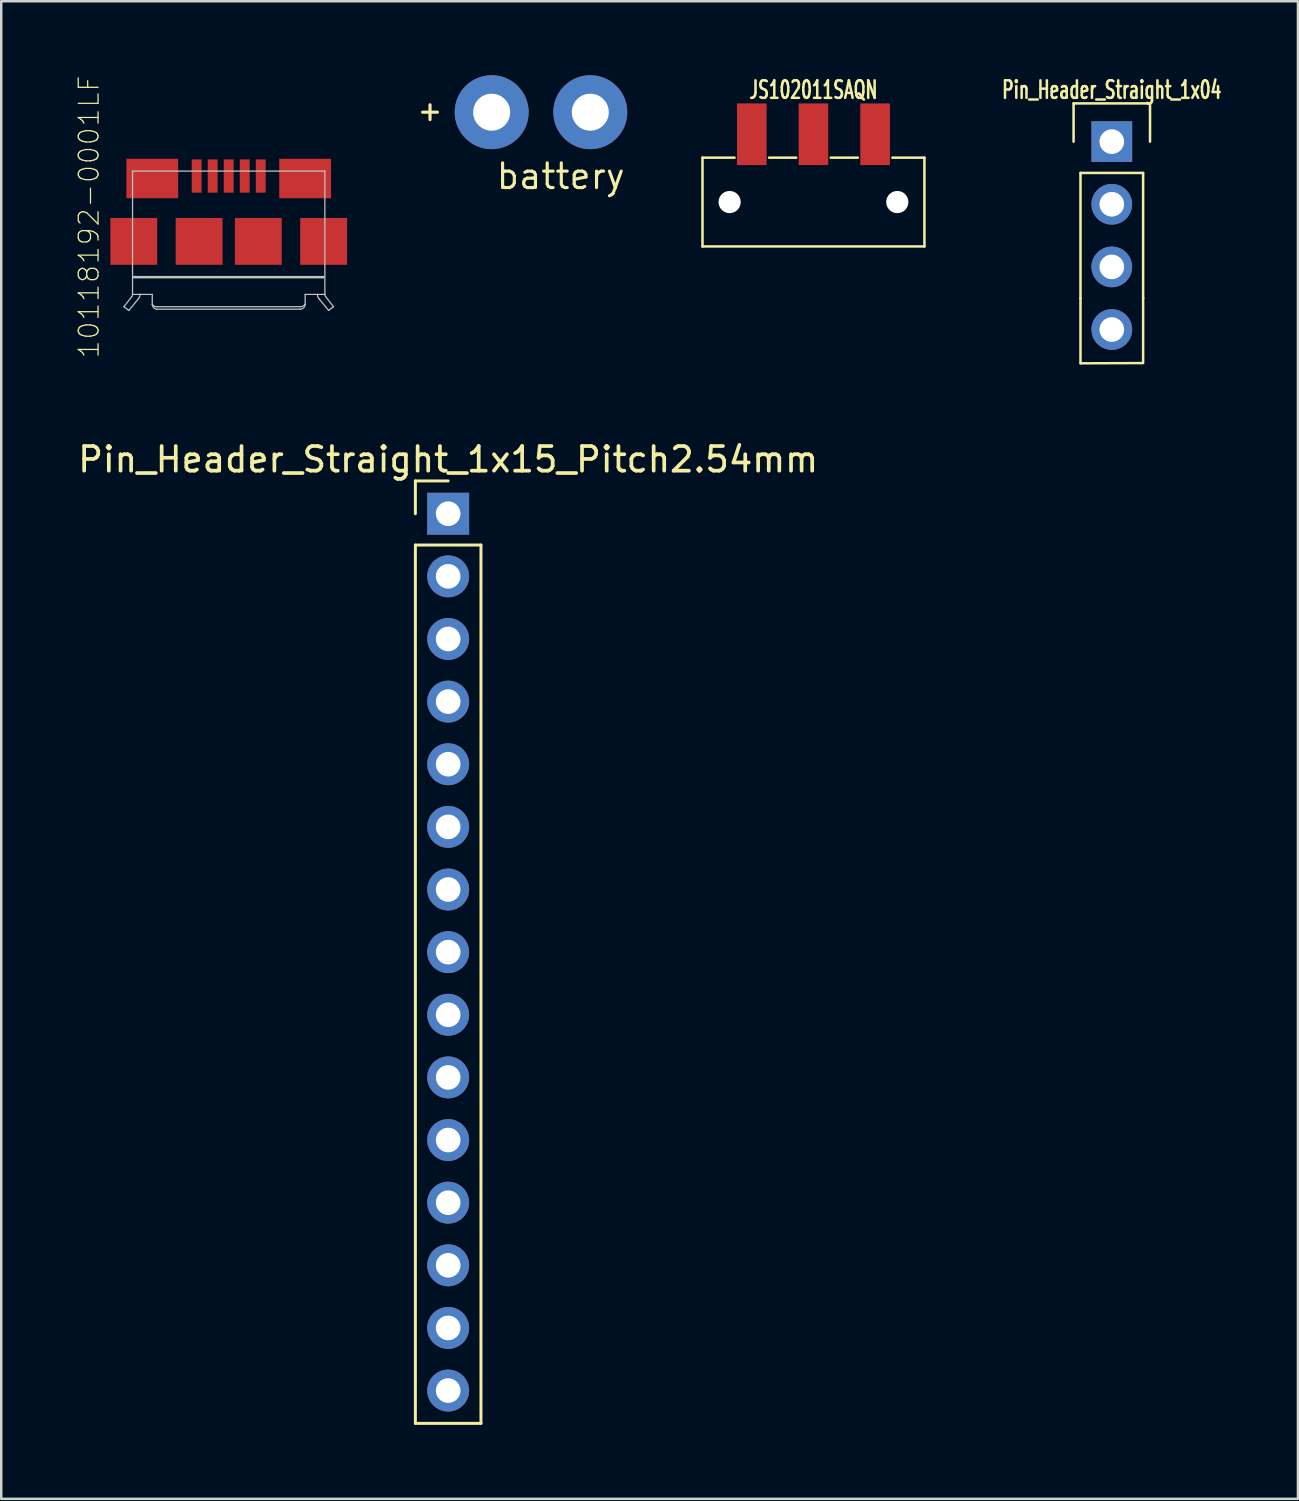
<source format=kicad_pcb>
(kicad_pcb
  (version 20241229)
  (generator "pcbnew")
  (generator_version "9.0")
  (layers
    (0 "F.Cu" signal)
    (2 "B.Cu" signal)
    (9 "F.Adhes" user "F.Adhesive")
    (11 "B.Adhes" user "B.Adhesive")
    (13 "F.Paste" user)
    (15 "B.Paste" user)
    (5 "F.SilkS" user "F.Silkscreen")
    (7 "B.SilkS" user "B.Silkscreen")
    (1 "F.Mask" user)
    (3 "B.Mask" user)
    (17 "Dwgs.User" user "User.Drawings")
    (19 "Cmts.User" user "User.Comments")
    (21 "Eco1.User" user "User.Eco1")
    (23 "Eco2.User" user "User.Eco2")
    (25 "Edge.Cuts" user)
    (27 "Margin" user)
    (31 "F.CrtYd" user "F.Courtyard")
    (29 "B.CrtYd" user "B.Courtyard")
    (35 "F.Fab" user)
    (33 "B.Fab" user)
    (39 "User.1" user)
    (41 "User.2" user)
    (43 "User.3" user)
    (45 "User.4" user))
  (footprint "JS102011SAQN"
    (layer "F.Cu")
    (at 29.939 2.394)
    (property "Reference" "JS102011SAQN" (at 0 -1.8 0) (layer "F.SilkS") (effects (font (size 0.711 0.457) (thickness 0.102))))
    (attr through_hole)
    (fp_line (start -4.5 0.95) (end -4.5 4.55) (stroke (width 0.102) (type solid)) (layer "F.SilkS"))
    (fp_line (start -4.5 4.55) (end 4.5 4.55) (stroke (width 0.102) (type solid)) (layer "F.SilkS"))
    (fp_line (start -3.2 0.95) (end -4.5 0.95) (stroke (width 0.102) (type solid)) (layer "F.SilkS"))
    (fp_line (start -0.7 0.95) (end -1.8 0.95) (stroke (width 0.102) (type solid)) (layer "F.SilkS"))
    (fp_line (start 1.8 0.95) (end 0.7 0.95) (stroke (width 0.102) (type solid)) (layer "F.SilkS"))
    (fp_line (start 4.5 0.95) (end 3.2 0.95) (stroke (width 0.102) (type solid)) (layer "F.SilkS"))
    (fp_line (start 4.5 4.55) (end 4.5 0.95) (stroke (width 0.102) (type solid)) (layer "F.SilkS"))
    (pad "" np_thru_hole circle (at -3.4 2.75) (size 0.9 0.9) (drill 0.9) (layers "*.Cu" "*.Mask"))
    (pad "" np_thru_hole circle (at 3.4 2.75) (size 0.9 0.9) (drill 0.9) (layers "*.Cu" "*.Mask"))
    (pad "1" smd rect (at -2.5 0) (size 1.2 2.5) (layers "F.Cu" "F.Mask" "F.Paste"))
    (pad "2" smd rect (at 0 0) (size 1.2 2.5) (layers "F.Cu" "F.Mask" "F.Paste"))
    (pad "3" smd rect (at 2.5 0) (size 1.2 2.5) (layers "F.Cu" "F.Mask" "F.Paste")))
  (footprint "Pin_Header_Straight_1x04"
    (layer "F.Cu")
    (at 42.038 2.694)
    (property "Reference" "Pin_Header_Straight_1x04" (at 0 -2.1 0) (layer "F.SilkS") (effects (font (size 0.711 0.457) (thickness 0.102))))
    (attr through_hole)
    (fp_line (start -1.55 -1.55) (end 1.55 -1.55) (stroke (width 0.102) (type solid)) (layer "F.SilkS"))
    (fp_line (start -1.55 0) (end -1.55 -1.55) (stroke (width 0.102) (type solid)) (layer "F.SilkS"))
    (fp_line (start -1.27 1.27) (end -1.27 6.35) (stroke (width 0.102) (type solid)) (layer "F.SilkS"))
    (fp_line (start -1.27 6.35) (end -1.27 8.99) (stroke (width 0.1) (type solid)) (layer "F.SilkS"))
    (fp_line (start -1.27 8.99) (end 1.24 8.98) (stroke (width 0.1) (type solid)) (layer "F.SilkS"))
    (fp_line (start 1.27 1.27) (end -1.27 1.27) (stroke (width 0.102) (type solid)) (layer "F.SilkS"))
    (fp_line (start 1.27 6.35) (end 1.27 1.27) (stroke (width 0.102) (type solid)) (layer "F.SilkS"))
    (fp_line (start 1.27 8.98) (end 1.27 6.33) (stroke (width 0.1) (type solid)) (layer "F.SilkS"))
    (fp_line (start 1.55 -1.55) (end 1.55 0) (stroke (width 0.102) (type solid)) (layer "F.SilkS"))
    (pad "1" thru_hole rect (at 0 0) (size 1.651 1.651) (drill 1) (layers "*.Cu" "*.Mask"))
    (pad "2" thru_hole oval (at 0 2.54) (size 1.651 1.651) (drill 1) (layers "*.Cu" "*.Mask"))
    (pad "3" thru_hole oval (at 0 5.08) (size 1.651 1.651) (drill 1) (layers "*.Cu" "*.Mask"))
    (pad "4" thru_hole oval (at 0 7.62) (size 1.651 1.651) (drill 1) (layers "*.Cu" "*.Mask")))
  (footprint "Pin_Header_Straight_1x15_Pitch2.54mm"
    (layer "F.Cu")
    (at 15.125 17.783)
    (property "Reference" "Pin_Header_Straight_1x15_Pitch2.54mm" (at 0 -2.2 0) (layer "F.SilkS") (effects (font (size 1 1) (thickness 0.15))))
    (attr through_hole)
    (fp_line (start -1.33 -1.33) (end 0 -1.33) (stroke (width 0.12) (type solid)) (layer "F.SilkS"))
    (fp_line (start -1.33 0) (end -1.33 -1.33) (stroke (width 0.12) (type solid)) (layer "F.SilkS"))
    (fp_line (start -1.33 1.27) (end -1.33 36.89) (stroke (width 0.12) (type solid)) (layer "F.SilkS"))
    (fp_line (start -1.33 36.89) (end 1.33 36.89) (stroke (width 0.12) (type solid)) (layer "F.SilkS"))
    (fp_line (start 1.33 1.27) (end -1.33 1.27) (stroke (width 0.12) (type solid)) (layer "F.SilkS"))
    (fp_line (start 1.33 36.89) (end 1.33 1.27) (stroke (width 0.12) (type solid)) (layer "F.SilkS"))
    (pad "1" thru_hole rect (at 0 0) (size 1.7 1.7) (drill 1) (layers "*.Cu" "*.Mask"))
    (pad "2" thru_hole oval (at 0 2.54) (size 1.7 1.7) (drill 1) (layers "*.Cu" "*.Mask"))
    (pad "3" thru_hole oval (at 0 5.08) (size 1.7 1.7) (drill 1) (layers "*.Cu" "*.Mask"))
    (pad "4" thru_hole oval (at 0 7.62) (size 1.7 1.7) (drill 1) (layers "*.Cu" "*.Mask"))
    (pad "5" thru_hole oval (at 0 10.16) (size 1.7 1.7) (drill 1) (layers "*.Cu" "*.Mask"))
    (pad "6" thru_hole oval (at 0 12.7) (size 1.7 1.7) (drill 1) (layers "*.Cu" "*.Mask"))
    (pad "7" thru_hole oval (at 0 15.24) (size 1.7 1.7) (drill 1) (layers "*.Cu" "*.Mask"))
    (pad "8" thru_hole oval (at 0 17.78) (size 1.7 1.7) (drill 1) (layers "*.Cu" "*.Mask"))
    (pad "9" thru_hole oval (at 0 20.32) (size 1.7 1.7) (drill 1) (layers "*.Cu" "*.Mask"))
    (pad "10" thru_hole oval (at 0 22.86) (size 1.7 1.7) (drill 1) (layers "*.Cu" "*.Mask"))
    (pad "11" thru_hole oval (at 0 25.4) (size 1.7 1.7) (drill 1) (layers "*.Cu" "*.Mask"))
    (pad "12" thru_hole oval (at 0 27.94) (size 1.7 1.7) (drill 1) (layers "*.Cu" "*.Mask"))
    (pad "13" thru_hole oval (at 0 30.48) (size 1.7 1.7) (drill 1) (layers "*.Cu" "*.Mask"))
    (pad "14" thru_hole oval (at 0 33.02) (size 1.7 1.7) (drill 1) (layers "*.Cu" "*.Mask"))
    (pad "15" thru_hole oval (at 0 35.56) (size 1.7 1.7) (drill 1) (layers "*.Cu" "*.Mask")))
  (footprint "10118192-0001LF"
    (layer "F.Cu")
    (at 6.225 8.189)
    (property "Reference" "10118192-0001LF" (at -5.668 -2.441 90) (layer "F.SilkS") (effects (font (size 0.803 0.803) (thickness 0.05))))
    (attr smd)
    (fp_line (start -4.25 1.2) (end -4.05 1.35) (stroke (width 0.051) (type solid)) (layer "Dwgs.User"))
    (fp_line (start -4.25 1.2) (end -3.931 0.789) (stroke (width 0.051) (type solid)) (layer "Dwgs.User"))
    (fp_line (start -4.05 1.35) (end -3.657 0.87) (stroke (width 0.051) (type solid)) (layer "Dwgs.User"))
    (fp_line (start -3.9 -4.3) (end 3.9 -4.3) (stroke (width 0.051) (type solid)) (layer "Dwgs.User"))
    (fp_line (start -3.9 0.7) (end -3.9 -4.3) (stroke (width 0.051) (type solid)) (layer "Dwgs.User"))
    (fp_line (start -3.6 0.7) (end -3.9 0.7) (stroke (width 0.051) (type solid)) (layer "Dwgs.User"))
    (fp_line (start -3.6 0.709) (end -3.6 0.7) (stroke (width 0.051) (type solid)) (layer "Dwgs.User"))
    (fp_line (start -3.1 0.7) (end -3.6 0.7) (stroke (width 0.051) (type solid)) (layer "Dwgs.User"))
    (fp_line (start -3.1 1.1) (end -3.1 0.7) (stroke (width 0.051) (type solid)) (layer "Dwgs.User"))
    (fp_line (start 2.9 1.2) (end -2.9 1.2) (stroke (width 0.051) (type solid)) (layer "Dwgs.User"))
    (fp_line (start 2.9 1.3) (end -2.9 1.3) (stroke (width 0.051) (type solid)) (layer "Dwgs.User"))
    (fp_line (start 3.1 0.7) (end 3.1 1.1) (stroke (width 0.051) (type solid)) (layer "Dwgs.User"))
    (fp_line (start 3.6 0.709) (end 3.6 0.7) (stroke (width 0.051) (type solid)) (layer "Dwgs.User"))
    (fp_line (start 3.85 0) (end -3.85 0) (stroke (width 0.1) (type solid)) (layer "Dwgs.User"))
    (fp_line (start 3.9 -4.3) (end 3.9 0.7) (stroke (width 0.051) (type solid)) (layer "Dwgs.User"))
    (fp_line (start 3.9 0.7) (end 3.1 0.7) (stroke (width 0.051) (type solid)) (layer "Dwgs.User"))
    (fp_line (start 4.05 1.35) (end 3.657 0.87) (stroke (width 0.051) (type solid)) (layer "Dwgs.User"))
    (fp_line (start 4.25 1.2) (end 3.931 0.789) (stroke (width 0.051) (type solid)) (layer "Dwgs.User"))
    (fp_line (start 4.25 1.2) (end 4.05 1.35) (stroke (width 0.051) (type solid)) (layer "Dwgs.User"))
    (fp_arc (start -3.9 0.7) (mid -3.907843 0.747197) (end -3.930551 0.789309) (stroke (width 0.0508) (type solid)) (layer "Dwgs.User"))
    (fp_arc (start -3.6 0.7093) (mid -3.614766 0.794718) (end -3.657396 0.870196) (stroke (width 0.0508) (type solid)) (layer "Dwgs.User"))
    (fp_arc (start -2.90028 1.200035) (mid -3.015265 1.180215) (end -3.1 1.1) (stroke (width 0.0508) (type solid)) (layer "Dwgs.User"))
    (fp_arc (start -2.9 1.3) (mid -3.041421 1.241421) (end -3.1 1.1) (stroke (width 0.0508) (type solid)) (layer "Dwgs.User"))
    (fp_arc (start 3.099921 1.100105) (mid 3.011745 1.173636) (end 2.9 1.2) (stroke (width 0.0508) (type solid)) (layer "Dwgs.User"))
    (fp_arc (start 3.1 1.1) (mid 3.041421 1.241421) (end 2.9 1.3) (stroke (width 0.0508) (type solid)) (layer "Dwgs.User"))
    (fp_arc (start 3.657396 0.870196) (mid 3.614766 0.794718) (end 3.6 0.7093) (stroke (width 0.0508) (type solid)) (layer "Dwgs.User"))
    (fp_arc (start 3.930665 0.789455) (mid 3.907868 0.747286) (end 3.9 0.7) (stroke (width 0.0508) (type solid)) (layer "Dwgs.User"))
    (pad "1" smd rect (at -1.3 -4.1 90) (size 1.35 0.4) (layers "F.Cu" "F.Mask" "F.Paste"))
    (pad "2" smd rect (at -0.65 -4.1 90) (size 1.35 0.4) (layers "F.Cu" "F.Mask" "F.Paste"))
    (pad "3" smd rect (at 0 -4.1 90) (size 1.35 0.4) (layers "F.Cu" "F.Mask" "F.Paste"))
    (pad "4" smd rect (at 0.65 -4.1 90) (size 1.35 0.4) (layers "F.Cu" "F.Mask" "F.Paste"))
    (pad "5" smd rect (at 1.3 -4.1 90) (size 1.35 0.4) (layers "F.Cu" "F.Mask" "F.Paste"))
    (pad "M1" smd rect (at -1.2 -1.45) (size 1.9 1.9) (layers "F.Cu" "F.Mask" "F.Paste"))
    (pad "M2" smd rect (at 1.2 -1.45) (size 1.9 1.9) (layers "F.Cu" "F.Mask" "F.Paste"))
    (pad "S1" smd rect (at -3.85 -1.45) (size 1.9 1.9) (layers "F.Cu" "F.Mask" "F.Paste"))
    (pad "S2" smd rect (at 3.85 -1.45) (size 1.9 1.9) (layers "F.Cu" "F.Mask" "F.Paste"))
    (pad "S3" smd rect (at -3.1 -4) (size 2.1 1.6) (layers "F.Cu" "F.Mask" "F.Paste"))
    (pad "S4" smd rect (at 3.1 -4) (size 2.1 1.6) (layers "F.Cu" "F.Mask" "F.Paste")))
  (footprint "battery"
    (layer "F.Cu")
    (at 16.889 1.5)
    (property "Reference" "battery" (at 2.8 2.6 0) (layer "F.SilkS") (effects (font (size 1 1) (thickness 0.127))))
    (attr through_hole)
    (fp_line (start -2.8 0) (end -2.2 0) (stroke (width 0.127) (type solid)) (layer "F.SilkS"))
    (fp_line (start -2.5 -0.3) (end -2.5 0.3) (stroke (width 0.127) (type solid)) (layer "F.SilkS"))
    (pad "1" thru_hole circle (at 0 0) (size 3 3) (drill 1.5) (layers "*.Cu" "*.Mask"))
    (pad "2" thru_hole circle (at 4 0) (size 3 3) (drill 1.5) (layers "*.Cu" "*.Mask")))
  (gr_rect
    (start -3 -3)
    (end 49.586 57.733)
    (stroke (width 0.1) (type default))
    (fill no)
    (layer "Edge.Cuts")))
</source>
